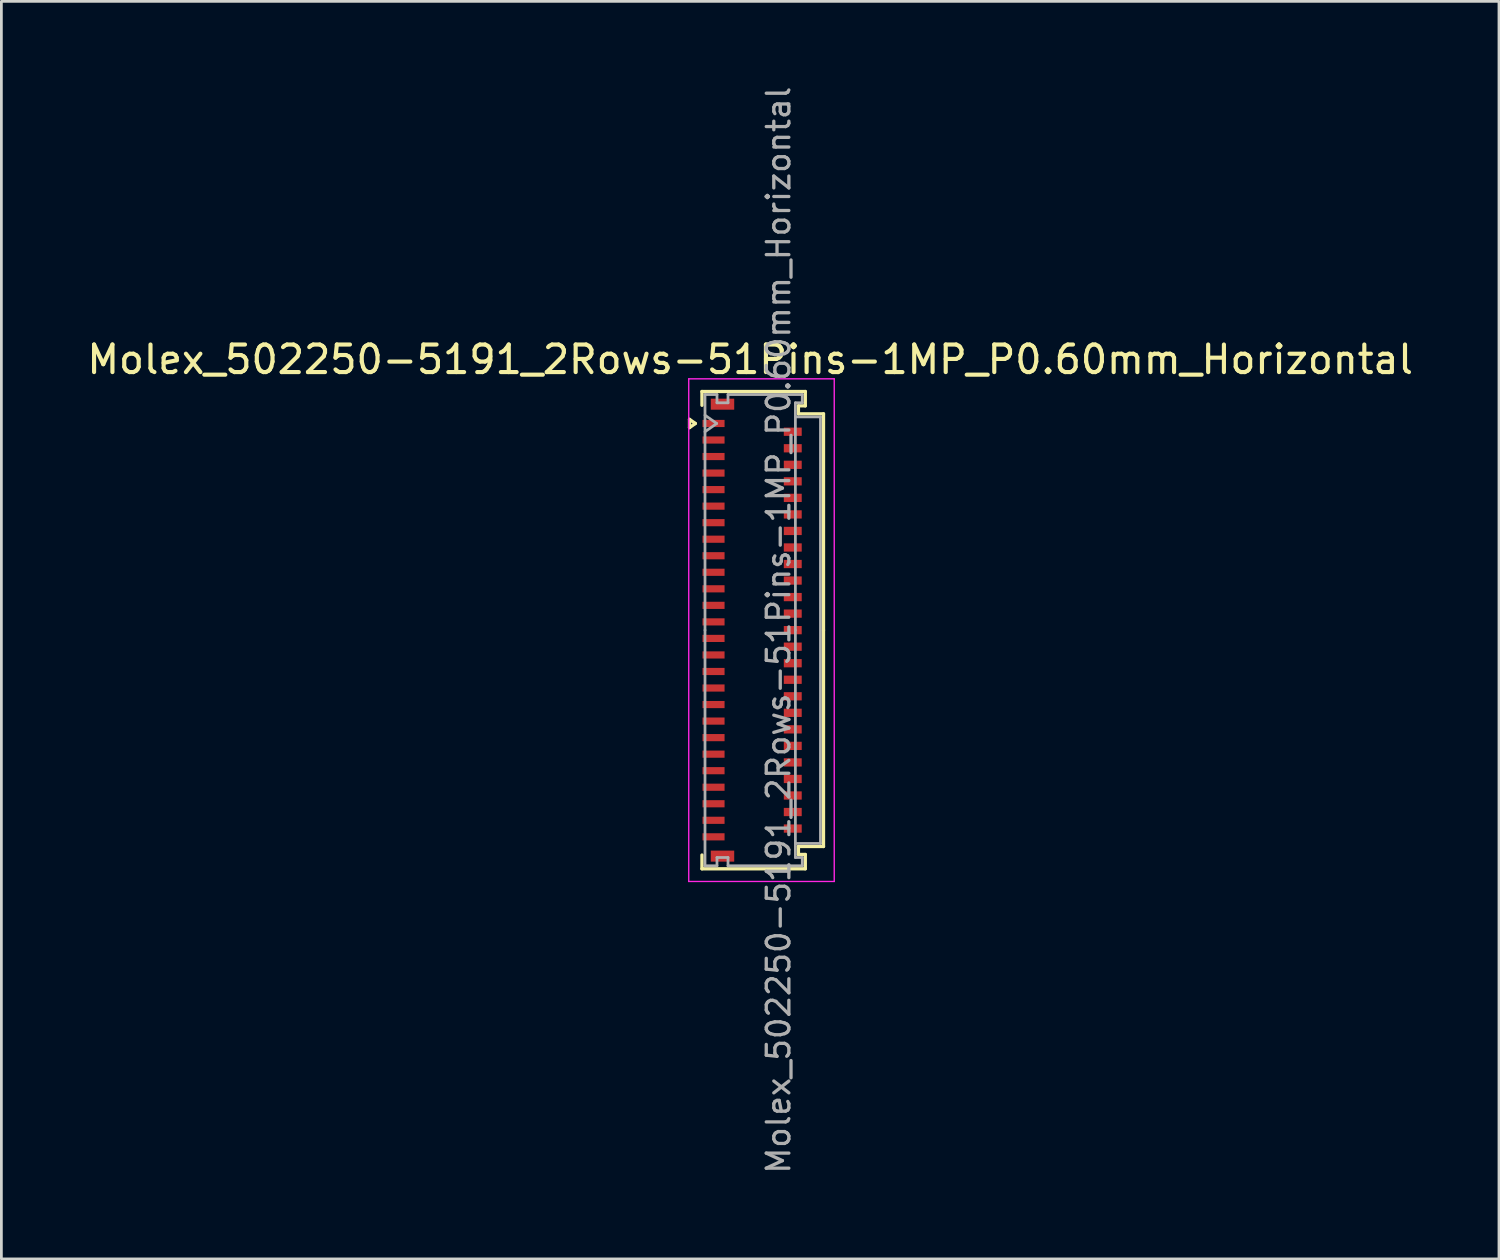
<source format=kicad_pcb>
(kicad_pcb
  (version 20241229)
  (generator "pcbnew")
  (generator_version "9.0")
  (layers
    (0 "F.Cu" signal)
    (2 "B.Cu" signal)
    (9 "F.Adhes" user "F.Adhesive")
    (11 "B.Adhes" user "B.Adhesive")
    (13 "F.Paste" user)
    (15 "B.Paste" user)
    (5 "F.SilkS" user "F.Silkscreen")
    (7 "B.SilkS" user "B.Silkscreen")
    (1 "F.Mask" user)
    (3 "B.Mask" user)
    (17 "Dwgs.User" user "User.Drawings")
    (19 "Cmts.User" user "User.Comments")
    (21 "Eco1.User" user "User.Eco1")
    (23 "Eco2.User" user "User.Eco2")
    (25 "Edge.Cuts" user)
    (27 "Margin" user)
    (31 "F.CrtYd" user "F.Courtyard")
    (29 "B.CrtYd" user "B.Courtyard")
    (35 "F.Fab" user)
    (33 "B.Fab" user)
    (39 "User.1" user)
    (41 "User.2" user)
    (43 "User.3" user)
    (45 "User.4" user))
  (footprint "Molex_502250-5191_2Rows-51Pins-1MP_P0.60mm_Horizontal"
    (layer "F.Cu")
    (at 24.243 19.817)
    (property "Reference" "Molex_502250-5191_2Rows-51Pins-1MP_P0.60mm_Horizontal" (at -0.07 -9.82 0) (layer "F.SilkS") (effects (font (size 1 1) (thickness 0.15))))
    (attr smd)
    (fp_line (start -2.272 -7.65) (end -2.06 -7.5) (stroke (width 0.12) (type solid)) (layer "F.SilkS"))
    (fp_line (start -2.272 -7.35) (end -2.272 -7.65) (stroke (width 0.12) (type solid)) (layer "F.SilkS"))
    (fp_line (start -2.06 -7.5) (end -2.272 -7.35) (stroke (width 0.12) (type solid)) (layer "F.SilkS"))
    (fp_line (start -1.82 -8.66) (end 1.93 -8.66) (stroke (width 0.12) (type solid)) (layer "F.SilkS"))
    (fp_line (start -1.82 -8.16) (end -1.82 -8.66) (stroke (width 0.12) (type solid)) (layer "F.SilkS"))
    (fp_line (start -1.82 8.16) (end -1.82 8.66) (stroke (width 0.12) (type solid)) (layer "F.SilkS"))
    (fp_line (start -1.82 8.66) (end 1.93 8.66) (stroke (width 0.12) (type solid)) (layer "F.SilkS"))
    (fp_line (start 1.68 -8.14) (end 1.68 -7.85) (stroke (width 0.12) (type solid)) (layer "F.SilkS"))
    (fp_line (start 1.68 -7.85) (end 2.59 -7.85) (stroke (width 0.12) (type solid)) (layer "F.SilkS"))
    (fp_line (start 1.68 7.85) (end 2.59 7.85) (stroke (width 0.12) (type solid)) (layer "F.SilkS"))
    (fp_line (start 1.68 8.14) (end 1.68 7.85) (stroke (width 0.12) (type solid)) (layer "F.SilkS"))
    (fp_line (start 1.93 -8.66) (end 1.93 -8.14) (stroke (width 0.12) (type solid)) (layer "F.SilkS"))
    (fp_line (start 1.93 -8.14) (end 1.68 -8.14) (stroke (width 0.12) (type solid)) (layer "F.SilkS"))
    (fp_line (start 1.93 8.14) (end 1.68 8.14) (stroke (width 0.12) (type solid)) (layer "F.SilkS"))
    (fp_line (start 1.93 8.66) (end 1.93 8.14) (stroke (width 0.12) (type solid)) (layer "F.SilkS"))
    (fp_line (start 2.59 -7.85) (end 2.59 0) (stroke (width 0.12) (type solid)) (layer "F.SilkS"))
    (fp_line (start 2.59 7.85) (end 2.59 0) (stroke (width 0.12) (type solid)) (layer "F.SilkS"))
    (fp_line (start -2.3 -9.12) (end -2.3 9.12) (stroke (width 0.05) (type solid)) (layer "F.CrtYd"))
    (fp_line (start -2.3 9.12) (end 2.98 9.12) (stroke (width 0.05) (type solid)) (layer "F.CrtYd"))
    (fp_line (start 2.98 -9.12) (end -2.3 -9.12) (stroke (width 0.05) (type solid)) (layer "F.CrtYd"))
    (fp_line (start 2.98 9.12) (end 2.98 -9.12) (stroke (width 0.05) (type solid)) (layer "F.CrtYd"))
    (fp_line (start -1.71 -8.55) (end -1.275 -8.55) (stroke (width 0.1) (type solid)) (layer "F.Fab"))
    (fp_line (start -1.71 -7.8) (end -1.286 -7.5) (stroke (width 0.1) (type solid)) (layer "F.Fab"))
    (fp_line (start -1.71 0) (end -1.71 -8.55) (stroke (width 0.1) (type solid)) (layer "F.Fab"))
    (fp_line (start -1.71 0) (end -1.71 8.55) (stroke (width 0.1) (type solid)) (layer "F.Fab"))
    (fp_line (start -1.71 8.55) (end -1.275 8.55) (stroke (width 0.1) (type solid)) (layer "F.Fab"))
    (fp_line (start -1.286 -7.5) (end -1.71 -7.2) (stroke (width 0.1) (type solid)) (layer "F.Fab"))
    (fp_line (start -1.275 -8.55) (end -1.275 -8.25) (stroke (width 0.1) (type solid)) (layer "F.Fab"))
    (fp_line (start -1.275 -8.25) (end -0.875 -8.25) (stroke (width 0.1) (type solid)) (layer "F.Fab"))
    (fp_line (start -1.275 8.25) (end -0.875 8.25) (stroke (width 0.1) (type solid)) (layer "F.Fab"))
    (fp_line (start -1.275 8.55) (end -1.275 8.25) (stroke (width 0.1) (type solid)) (layer "F.Fab"))
    (fp_line (start -0.875 -8.55) (end 1.82 -8.55) (stroke (width 0.1) (type solid)) (layer "F.Fab"))
    (fp_line (start -0.875 -8.25) (end -0.875 -8.55) (stroke (width 0.1) (type solid)) (layer "F.Fab"))
    (fp_line (start -0.875 8.25) (end -0.875 8.55) (stroke (width 0.1) (type solid)) (layer "F.Fab"))
    (fp_line (start -0.875 8.55) (end 1.82 8.55) (stroke (width 0.1) (type solid)) (layer "F.Fab"))
    (fp_line (start 1.57 -8.25) (end 1.57 0) (stroke (width 0.1) (type solid)) (layer "F.Fab"))
    (fp_line (start 1.57 -7.74) (end 2.48 -7.74) (stroke (width 0.1) (type solid)) (layer "F.Fab"))
    (fp_line (start 1.57 8.25) (end 1.57 0) (stroke (width 0.1) (type solid)) (layer "F.Fab"))
    (fp_line (start 1.82 -8.55) (end 1.82 -8.25) (stroke (width 0.1) (type solid)) (layer "F.Fab"))
    (fp_line (start 1.82 -8.25) (end 1.57 -8.25) (stroke (width 0.1) (type solid)) (layer "F.Fab"))
    (fp_line (start 1.82 8.25) (end 1.57 8.25) (stroke (width 0.1) (type solid)) (layer "F.Fab"))
    (fp_line (start 1.82 8.55) (end 1.82 8.25) (stroke (width 0.1) (type solid)) (layer "F.Fab"))
    (fp_line (start 2.48 -7.74) (end 2.48 7.74) (stroke (width 0.1) (type solid)) (layer "F.Fab"))
    (fp_line (start 2.48 7.74) (end 1.57 7.74) (stroke (width 0.1) (type solid)) (layer "F.Fab"))
    (fp_text user "${REFERENCE}" (at 0.96 0 90) (layer "F.Fab") (effects (font (size 0.82 0.82) (thickness 0.12))))
    (pad "1" smd rect (at -1.4 -7.5) (size 0.8 0.26) (layers "F.Cu" "F.Mask" "F.Paste"))
    (pad "2" smd rect (at 1.475 -7.2) (size 0.65 0.3) (layers "F.Cu" "F.Mask" "F.Paste"))
    (pad "3" smd rect (at -1.4 -6.9) (size 0.8 0.26) (layers "F.Cu" "F.Mask" "F.Paste"))
    (pad "4" smd rect (at 1.475 -6.6) (size 0.65 0.3) (layers "F.Cu" "F.Mask" "F.Paste"))
    (pad "5" smd rect (at -1.4 -6.3) (size 0.8 0.26) (layers "F.Cu" "F.Mask" "F.Paste"))
    (pad "6" smd rect (at 1.475 -6) (size 0.65 0.3) (layers "F.Cu" "F.Mask" "F.Paste"))
    (pad "7" smd rect (at -1.4 -5.7) (size 0.8 0.26) (layers "F.Cu" "F.Mask" "F.Paste"))
    (pad "8" smd rect (at 1.475 -5.4) (size 0.65 0.3) (layers "F.Cu" "F.Mask" "F.Paste"))
    (pad "9" smd rect (at -1.4 -5.1) (size 0.8 0.26) (layers "F.Cu" "F.Mask" "F.Paste"))
    (pad "10" smd rect (at 1.475 -4.8) (size 0.65 0.3) (layers "F.Cu" "F.Mask" "F.Paste"))
    (pad "11" smd rect (at -1.4 -4.5) (size 0.8 0.26) (layers "F.Cu" "F.Mask" "F.Paste"))
    (pad "12" smd rect (at 1.475 -4.2) (size 0.65 0.3) (layers "F.Cu" "F.Mask" "F.Paste"))
    (pad "13" smd rect (at -1.4 -3.9) (size 0.8 0.26) (layers "F.Cu" "F.Mask" "F.Paste"))
    (pad "14" smd rect (at 1.475 -3.6) (size 0.65 0.3) (layers "F.Cu" "F.Mask" "F.Paste"))
    (pad "15" smd rect (at -1.4 -3.3) (size 0.8 0.26) (layers "F.Cu" "F.Mask" "F.Paste"))
    (pad "16" smd rect (at 1.475 -3) (size 0.65 0.3) (layers "F.Cu" "F.Mask" "F.Paste"))
    (pad "17" smd rect (at -1.4 -2.7) (size 0.8 0.26) (layers "F.Cu" "F.Mask" "F.Paste"))
    (pad "18" smd rect (at 1.475 -2.4) (size 0.65 0.3) (layers "F.Cu" "F.Mask" "F.Paste"))
    (pad "19" smd rect (at -1.4 -2.1) (size 0.8 0.26) (layers "F.Cu" "F.Mask" "F.Paste"))
    (pad "20" smd rect (at 1.475 -1.8) (size 0.65 0.3) (layers "F.Cu" "F.Mask" "F.Paste"))
    (pad "21" smd rect (at -1.4 -1.5) (size 0.8 0.26) (layers "F.Cu" "F.Mask" "F.Paste"))
    (pad "22" smd rect (at 1.475 -1.2) (size 0.65 0.3) (layers "F.Cu" "F.Mask" "F.Paste"))
    (pad "23" smd rect (at -1.4 -0.9) (size 0.8 0.26) (layers "F.Cu" "F.Mask" "F.Paste"))
    (pad "24" smd rect (at 1.475 -0.6) (size 0.65 0.3) (layers "F.Cu" "F.Mask" "F.Paste"))
    (pad "25" smd rect (at -1.4 -0.3) (size 0.8 0.26) (layers "F.Cu" "F.Mask" "F.Paste"))
    (pad "26" smd rect (at 1.475 0) (size 0.65 0.3) (layers "F.Cu" "F.Mask" "F.Paste"))
    (pad "27" smd rect (at -1.4 0.3) (size 0.8 0.26) (layers "F.Cu" "F.Mask" "F.Paste"))
    (pad "28" smd rect (at 1.475 0.6) (size 0.65 0.3) (layers "F.Cu" "F.Mask" "F.Paste"))
    (pad "29" smd rect (at -1.4 0.9) (size 0.8 0.26) (layers "F.Cu" "F.Mask" "F.Paste"))
    (pad "30" smd rect (at 1.475 1.2) (size 0.65 0.3) (layers "F.Cu" "F.Mask" "F.Paste"))
    (pad "31" smd rect (at -1.4 1.5) (size 0.8 0.26) (layers "F.Cu" "F.Mask" "F.Paste"))
    (pad "32" smd rect (at 1.475 1.8) (size 0.65 0.3) (layers "F.Cu" "F.Mask" "F.Paste"))
    (pad "33" smd rect (at -1.4 2.1) (size 0.8 0.26) (layers "F.Cu" "F.Mask" "F.Paste"))
    (pad "34" smd rect (at 1.475 2.4) (size 0.65 0.3) (layers "F.Cu" "F.Mask" "F.Paste"))
    (pad "35" smd rect (at -1.4 2.7) (size 0.8 0.26) (layers "F.Cu" "F.Mask" "F.Paste"))
    (pad "36" smd rect (at 1.475 3) (size 0.65 0.3) (layers "F.Cu" "F.Mask" "F.Paste"))
    (pad "37" smd rect (at -1.4 3.3) (size 0.8 0.26) (layers "F.Cu" "F.Mask" "F.Paste"))
    (pad "38" smd rect (at 1.475 3.6) (size 0.65 0.3) (layers "F.Cu" "F.Mask" "F.Paste"))
    (pad "39" smd rect (at -1.4 3.9) (size 0.8 0.26) (layers "F.Cu" "F.Mask" "F.Paste"))
    (pad "40" smd rect (at 1.475 4.2) (size 0.65 0.3) (layers "F.Cu" "F.Mask" "F.Paste"))
    (pad "41" smd rect (at -1.4 4.5) (size 0.8 0.26) (layers "F.Cu" "F.Mask" "F.Paste"))
    (pad "42" smd rect (at 1.475 4.8) (size 0.65 0.3) (layers "F.Cu" "F.Mask" "F.Paste"))
    (pad "43" smd rect (at -1.4 5.1) (size 0.8 0.26) (layers "F.Cu" "F.Mask" "F.Paste"))
    (pad "44" smd rect (at 1.475 5.4) (size 0.65 0.3) (layers "F.Cu" "F.Mask" "F.Paste"))
    (pad "45" smd rect (at -1.4 5.7) (size 0.8 0.26) (layers "F.Cu" "F.Mask" "F.Paste"))
    (pad "46" smd rect (at 1.475 6) (size 0.65 0.3) (layers "F.Cu" "F.Mask" "F.Paste"))
    (pad "47" smd rect (at -1.4 6.3) (size 0.8 0.26) (layers "F.Cu" "F.Mask" "F.Paste"))
    (pad "48" smd rect (at 1.475 6.6) (size 0.65 0.3) (layers "F.Cu" "F.Mask" "F.Paste"))
    (pad "49" smd rect (at -1.4 6.9) (size 0.8 0.26) (layers "F.Cu" "F.Mask" "F.Paste"))
    (pad "50" smd rect (at 1.475 7.2) (size 0.65 0.3) (layers "F.Cu" "F.Mask" "F.Paste"))
    (pad "51" smd rect (at -1.4 7.5) (size 0.8 0.26) (layers "F.Cu" "F.Mask" "F.Paste"))
    (pad "MP" smd rect (at -1.075 -8.2) (size 0.85 0.4) (layers "F.Cu" "F.Mask" "F.Paste"))
    (pad "MP" smd rect (at -1.075 8.2) (size 0.85 0.4) (layers "F.Cu" "F.Mask" "F.Paste")))
  (gr_rect
    (start -3 -3)
    (end 51.345 42.634)
    (stroke (width 0.1) (type default))
    (fill no)
    (layer "Edge.Cuts")))
</source>
